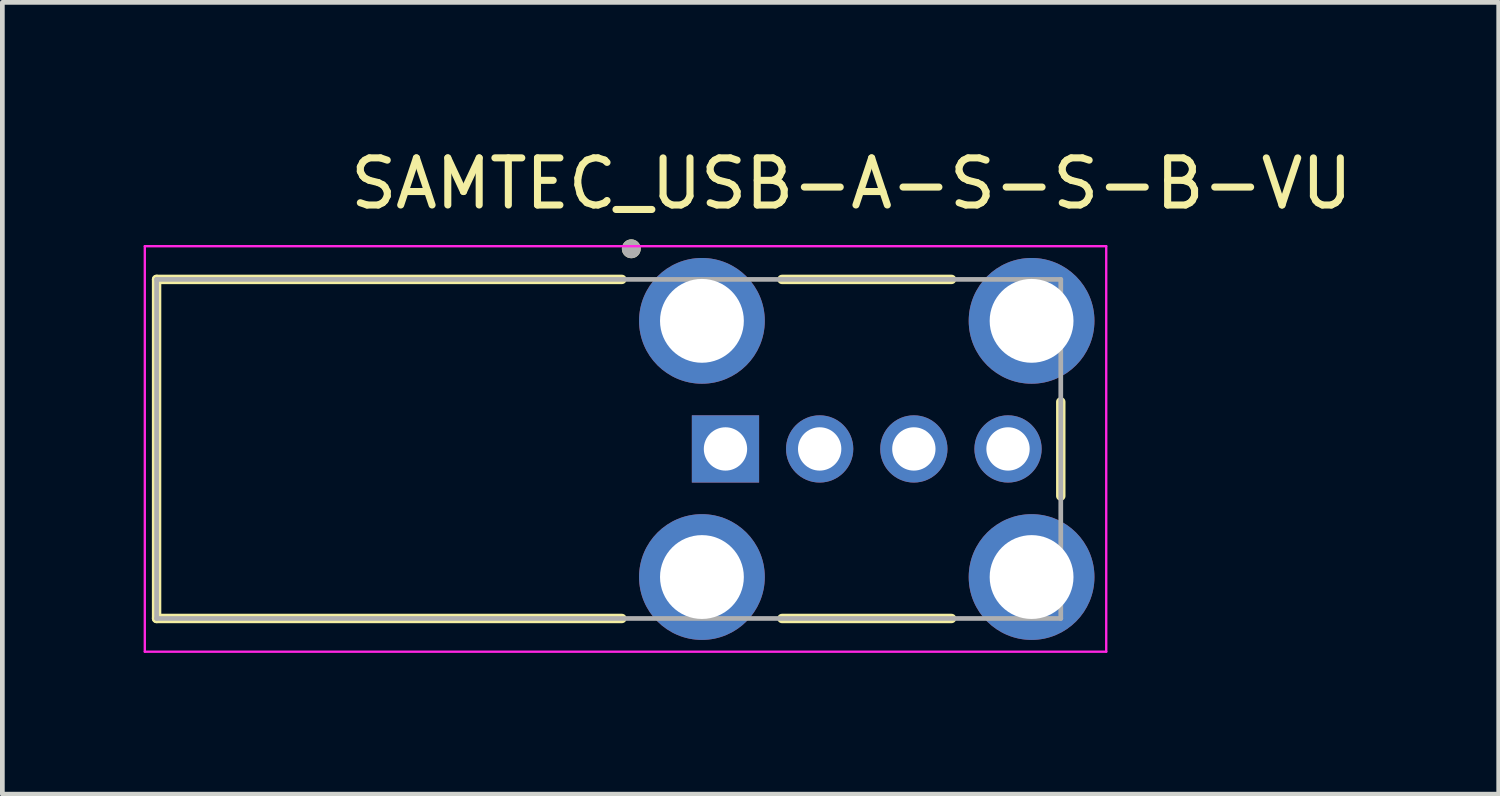
<source format=kicad_pcb>
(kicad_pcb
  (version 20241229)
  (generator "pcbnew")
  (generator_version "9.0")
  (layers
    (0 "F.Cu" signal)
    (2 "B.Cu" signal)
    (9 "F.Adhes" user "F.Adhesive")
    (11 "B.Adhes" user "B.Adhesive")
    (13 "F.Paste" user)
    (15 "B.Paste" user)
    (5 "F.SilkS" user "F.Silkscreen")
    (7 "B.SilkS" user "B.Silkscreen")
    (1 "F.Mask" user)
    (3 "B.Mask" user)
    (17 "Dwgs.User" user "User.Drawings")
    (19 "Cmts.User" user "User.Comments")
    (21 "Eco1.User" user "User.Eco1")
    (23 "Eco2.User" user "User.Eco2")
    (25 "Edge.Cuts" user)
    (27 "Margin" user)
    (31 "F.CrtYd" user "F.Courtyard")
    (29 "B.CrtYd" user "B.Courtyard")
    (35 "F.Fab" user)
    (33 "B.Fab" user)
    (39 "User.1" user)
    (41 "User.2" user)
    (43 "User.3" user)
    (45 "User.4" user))
  (footprint "SAMTEC_USB-A-S-S-B-VU"
    (layer "F.Cu")
    (at 15.355 6.483)
    (property "Reference" "SAMTEC_USB-A-S-S-B-VU" (at -0.325 -5.635 0) (layer "F.SilkS") (effects (font (size 1 1) (thickness 0.15))))
    (attr through_hole)
    (fp_line (start -15.08 -3.6) (end -5.2 -3.6) (stroke (width 0.2) (type solid)) (layer "F.SilkS"))
    (fp_line (start -15.08 3.6) (end -15.08 -3.6) (stroke (width 0.2) (type solid)) (layer "F.SilkS"))
    (fp_line (start -5.2 3.6) (end -15.08 3.6) (stroke (width 0.2) (type solid)) (layer "F.SilkS"))
    (fp_line (start -1.8 -3.6) (end 1.8 -3.6) (stroke (width 0.2) (type solid)) (layer "F.SilkS"))
    (fp_line (start 1.8 3.6) (end -1.8 3.6) (stroke (width 0.2) (type solid)) (layer "F.SilkS"))
    (fp_line (start 4.12 -1) (end 4.12 1) (stroke (width 0.2) (type solid)) (layer "F.SilkS"))
    (fp_circle (center -5 -4.25) (end -4.9 -4.25) (stroke (width 0.2) (type solid)) (fill no) (layer "F.SilkS"))
    (fp_line (start -15.33 -4.305) (end 5.085 -4.305) (stroke (width 0.05) (type solid)) (layer "F.CrtYd"))
    (fp_line (start -15.33 4.305) (end -15.33 -4.305) (stroke (width 0.05) (type solid)) (layer "F.CrtYd"))
    (fp_line (start 5.085 -4.305) (end 5.085 4.305) (stroke (width 0.05) (type solid)) (layer "F.CrtYd"))
    (fp_line (start 5.085 4.305) (end -15.33 4.305) (stroke (width 0.05) (type solid)) (layer "F.CrtYd"))
    (fp_line (start -15.08 -3.6) (end 4.12 -3.6) (stroke (width 0.1) (type solid)) (layer "F.Fab"))
    (fp_line (start -15.08 3.6) (end -15.08 -3.6) (stroke (width 0.1) (type solid)) (layer "F.Fab"))
    (fp_line (start 4.12 -3.6) (end 4.12 3.6) (stroke (width 0.1) (type solid)) (layer "F.Fab"))
    (fp_line (start 4.12 3.6) (end -15.08 3.6) (stroke (width 0.1) (type solid)) (layer "F.Fab"))
    (fp_circle (center -5 -4.25) (end -4.9 -4.25) (stroke (width 0.2) (type solid)) (fill no) (layer "F.Fab"))
    (pad "01" thru_hole rect (at -3 0) (size 1.428 1.428) (drill 0.92) (layers "*.Cu" "*.Mask"))
    (pad "02" thru_hole circle (at -1 0) (size 1.428 1.428) (drill 0.92) (layers "*.Cu" "*.Mask"))
    (pad "03" thru_hole circle (at 1 0) (size 1.428 1.428) (drill 0.92) (layers "*.Cu" "*.Mask"))
    (pad "04" thru_hole circle (at 3 0) (size 1.428 1.428) (drill 0.92) (layers "*.Cu" "*.Mask"))
    (pad "S1" thru_hole circle (at -3.5 -2.72) (size 2.67 2.67) (drill 1.78) (layers "*.Cu" "*.Mask"))
    (pad "S2" thru_hole circle (at 3.5 -2.72) (size 2.67 2.67) (drill 1.78) (layers "*.Cu" "*.Mask"))
    (pad "S3" thru_hole circle (at -3.5 2.72) (size 2.67 2.67) (drill 1.78) (layers "*.Cu" "*.Mask"))
    (pad "S4" thru_hole circle (at 3.5 2.72) (size 2.67 2.67) (drill 1.78) (layers "*.Cu" "*.Mask")))
  (gr_rect
    (start -3 -3)
    (end 28.774 13.813)
    (stroke (width 0.1) (type default))
    (fill no)
    (layer "Edge.Cuts")))
</source>
